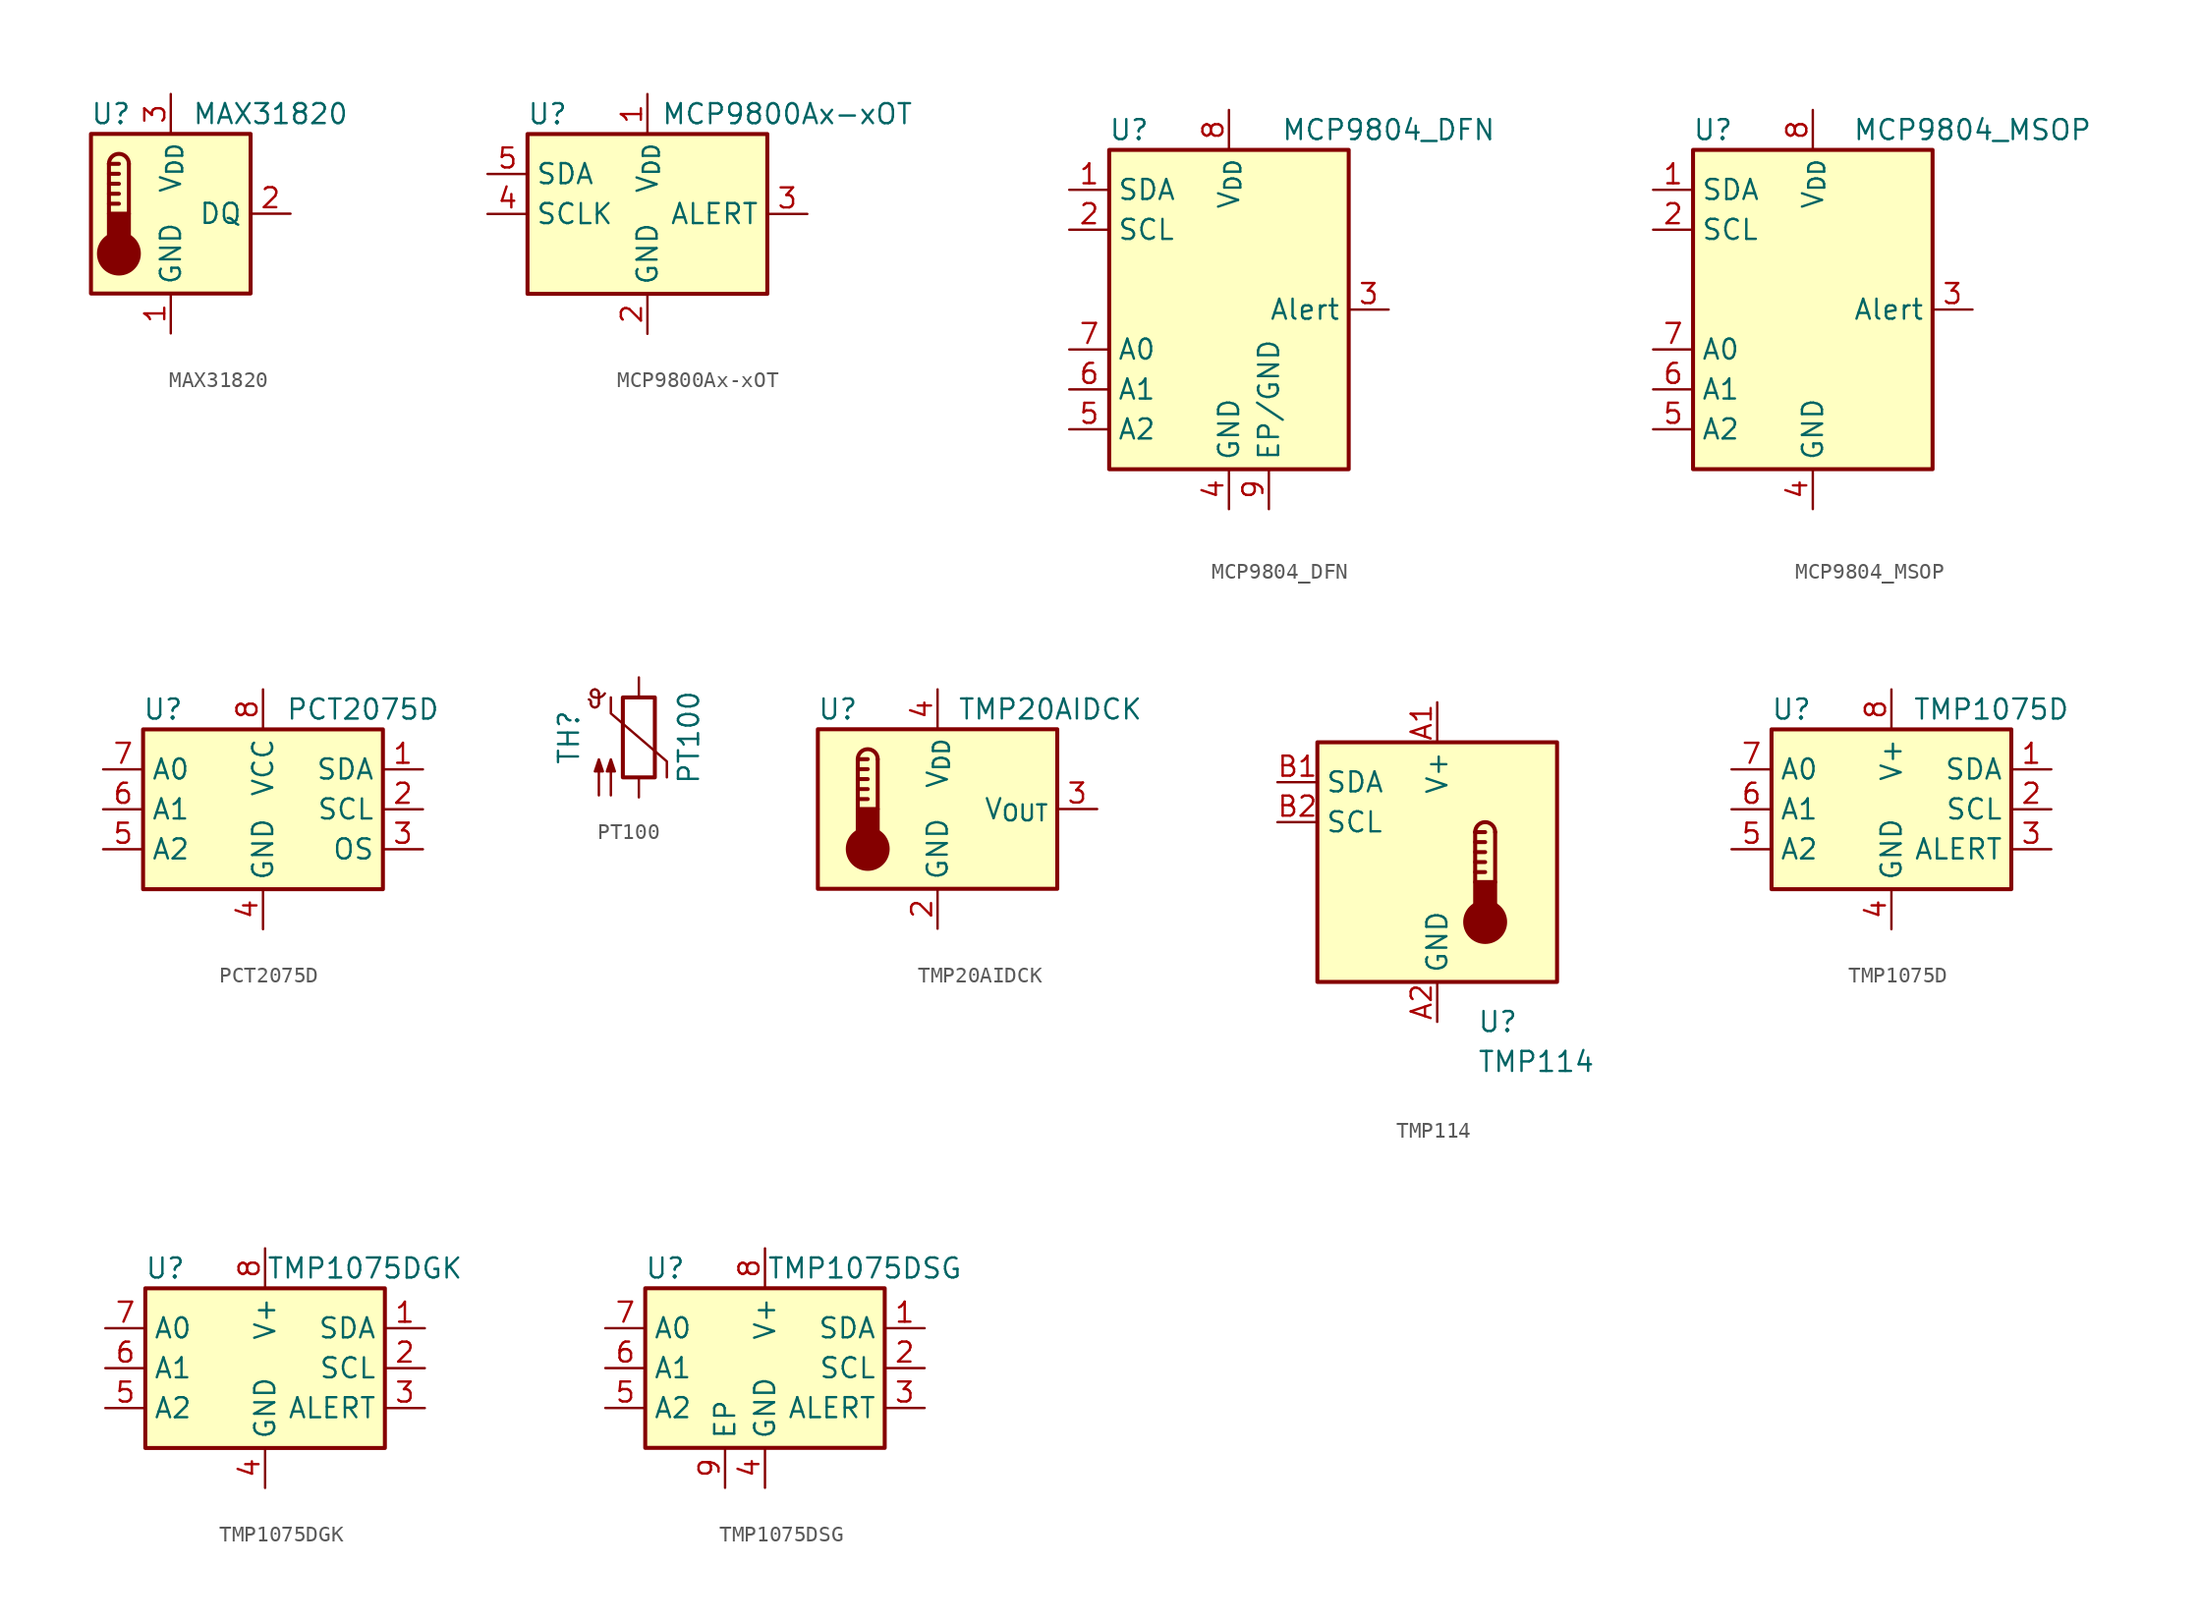
<source format=kicad_sym>
(kicad_symbol_lib
  (version 20241209)
  (generator "kicad_symbol_editor")
  (generator_version "9.0")
  (symbol "MAX31820"
    (property "Reference" "U"
      (at -3.81 6.35 0)
      (effects (font (size 1.27 1.27))))
    (property "Value" "MAX31820"
      (at 6.35 6.35 0)
      (effects (font (size 1.27 1.27))))
    (symbol "MAX31820_0_1"
      (rectangle (start -5.08 5.08) (end 5.08 -5.08) (stroke (width 0.254) (type default)) (fill (type background)))
      (polyline (pts (xy -3.937 3.175) (xy -3.937 0)) (stroke (width 0.254) (type default)) (fill (type none)))
      (polyline (pts (xy -3.937 3.175) (xy -3.302 3.175)) (stroke (width 0.254) (type default)) (fill (type none)))
      (polyline (pts (xy -3.937 2.54) (xy -3.302 2.54)) (stroke (width 0.254) (type default)) (fill (type none)))
      (polyline (pts (xy -3.937 1.905) (xy -3.302 1.905)) (stroke (width 0.254) (type default)) (fill (type none)))
      (polyline (pts (xy -3.937 1.27) (xy -3.302 1.27)) (stroke (width 0.254) (type default)) (fill (type none)))
      (polyline (pts (xy -3.937 0.635) (xy -3.302 0.635)) (stroke (width 0.254) (type default)) (fill (type none)))
      (arc (start -3.937 3.175) (mid -3.302 3.8073) (end -2.667 3.175) (stroke (width 0.254) (type default)) (fill (type none)))
      (circle (center -3.302 -2.54) (radius 1.27) (stroke (width 0.254) (type default)) (fill (type outline)))
      (polyline (pts (xy -2.667 3.175) (xy -2.667 0)) (stroke (width 0.254) (type default)) (fill (type none)))
      (rectangle (start -2.667 -1.905) (end -3.937 0) (stroke (width 0.254) (type default)) (fill (type outline))))
    (symbol "MAX31820_1_1"
      (pin power_in line (at 0 7.62 270) (length 2.54) (name "V_{DD}" (effects (font (size 1.27 1.27)))) (number "3" (effects (font (size 1.27 1.27)))))
      (pin power_in line (at 0 -7.62 90) (length 2.54) (name "GND" (effects (font (size 1.27 1.27)))) (number "1" (effects (font (size 1.27 1.27)))))
      (pin bidirectional line (at 7.62 0 180) (length 2.54) (name "DQ" (effects (font (size 1.27 1.27)))) (number "2" (effects (font (size 1.27 1.27)))))))
  (symbol "MCP9800Ax-xOT"
    (property "Reference" "U"
      (at -6.35 6.35 0)
      (effects (font (size 1.27 1.27))))
    (property "Value" "MCP9800Ax-xOT"
      (at 8.89 6.35 0)
      (effects (font (size 1.27 1.27))))
    (symbol "MCP9800Ax-xOT_0_1"
      (rectangle (start -7.62 5.08) (end 7.62 -5.08) (stroke (width 0.254) (type default)) (fill (type background))))
    (symbol "MCP9800Ax-xOT_1_1"
      (pin bidirectional line (at -10.16 2.54 0) (length 2.54) (name "SDA" (effects (font (size 1.27 1.27)))) (number "5" (effects (font (size 1.27 1.27)))))
      (pin input line (at -10.16 0 0) (length 2.54) (name "SCLK" (effects (font (size 1.27 1.27)))) (number "4" (effects (font (size 1.27 1.27)))))
      (pin power_in line (at 0 7.62 270) (length 2.54) (name "V_{DD}" (effects (font (size 1.27 1.27)))) (number "1" (effects (font (size 1.27 1.27)))))
      (pin power_in line (at 0 -7.62 90) (length 2.54) (name "GND" (effects (font (size 1.27 1.27)))) (number "2" (effects (font (size 1.27 1.27)))))
      (pin output line (at 10.16 0 180) (length 2.54) (name "ALERT" (effects (font (size 1.27 1.27)))) (number "3" (effects (font (size 1.27 1.27)))))))
  (symbol "MCP9804_DFN"
    (property "Reference" "U"
      (at -6.35 11.43 0)
      (effects (font (size 1.27 1.27))))
    (property "Value" "MCP9804_DFN"
      (at 10.16 11.43 0)
      (effects (font (size 1.27 1.27))))
    (symbol "MCP9804_DFN_0_1"
      (rectangle (start -7.62 10.16) (end 7.62 -10.16) (stroke (width 0.254) (type default)) (fill (type background))))
    (symbol "MCP9804_DFN_1_1"
      (pin bidirectional line (at -10.16 7.62 0) (length 2.54) (name "SDA" (effects (font (size 1.27 1.27)))) (number "1" (effects (font (size 1.27 1.27)))))
      (pin input line (at -10.16 5.08 0) (length 2.54) (name "SCL" (effects (font (size 1.27 1.27)))) (number "2" (effects (font (size 1.27 1.27)))))
      (pin input line (at -10.16 -2.54 0) (length 2.54) (name "A0" (effects (font (size 1.27 1.27)))) (number "7" (effects (font (size 1.27 1.27)))))
      (pin input line (at -10.16 -5.08 0) (length 2.54) (name "A1" (effects (font (size 1.27 1.27)))) (number "6" (effects (font (size 1.27 1.27)))))
      (pin input line (at -10.16 -7.62 0) (length 2.54) (name "A2" (effects (font (size 1.27 1.27)))) (number "5" (effects (font (size 1.27 1.27)))))
      (pin power_in line (at 0 12.7 270) (length 2.54) (name "V_{DD}" (effects (font (size 1.27 1.27)))) (number "8" (effects (font (size 1.27 1.27)))))
      (pin power_in line (at 0 -12.7 90) (length 2.54) (name "GND" (effects (font (size 1.27 1.27)))) (number "4" (effects (font (size 1.27 1.27)))))
      (pin power_in line (at 2.54 -12.7 90) (length 2.54) (name "EP/GND" (effects (font (size 1.27 1.27)))) (number "9" (effects (font (size 1.27 1.27)))))
      (pin output line (at 10.16 0 180) (length 2.54) (name "Alert" (effects (font (size 1.27 1.27)))) (number "3" (effects (font (size 1.27 1.27)))))))
  (symbol "MCP9804_MSOP"
    (property "Reference" "U"
      (at -6.35 11.43 0)
      (effects (font (size 1.27 1.27))))
    (property "Value" "MCP9804_MSOP"
      (at 10.16 11.43 0)
      (effects (font (size 1.27 1.27))))
    (symbol "MCP9804_MSOP_0_1"
      (rectangle (start -7.62 10.16) (end 7.62 -10.16) (stroke (width 0.254) (type default)) (fill (type background))))
    (symbol "MCP9804_MSOP_1_1"
      (pin bidirectional line (at -10.16 7.62 0) (length 2.54) (name "SDA" (effects (font (size 1.27 1.27)))) (number "1" (effects (font (size 1.27 1.27)))))
      (pin input line (at -10.16 5.08 0) (length 2.54) (name "SCL" (effects (font (size 1.27 1.27)))) (number "2" (effects (font (size 1.27 1.27)))))
      (pin input line (at -10.16 -2.54 0) (length 2.54) (name "A0" (effects (font (size 1.27 1.27)))) (number "7" (effects (font (size 1.27 1.27)))))
      (pin input line (at -10.16 -5.08 0) (length 2.54) (name "A1" (effects (font (size 1.27 1.27)))) (number "6" (effects (font (size 1.27 1.27)))))
      (pin input line (at -10.16 -7.62 0) (length 2.54) (name "A2" (effects (font (size 1.27 1.27)))) (number "5" (effects (font (size 1.27 1.27)))))
      (pin power_in line (at 0 12.7 270) (length 2.54) (name "V_{DD}" (effects (font (size 1.27 1.27)))) (number "8" (effects (font (size 1.27 1.27)))))
      (pin power_in line (at 0 -12.7 90) (length 2.54) (name "GND" (effects (font (size 1.27 1.27)))) (number "4" (effects (font (size 1.27 1.27)))))
      (pin output line (at 10.16 0 180) (length 2.54) (name "Alert" (effects (font (size 1.27 1.27)))) (number "3" (effects (font (size 1.27 1.27)))))))
  (symbol "PCT2075D"
    (property "Reference" "U"
      (at -6.35 6.35 0)
      (effects (font (size 1.27 1.27))))
    (property "Value" "PCT2075D"
      (at 6.35 6.35 0)
      (effects (font (size 1.27 1.27))))
    (symbol "PCT2075D_0_1"
      (rectangle (start -7.62 5.08) (end 7.62 -5.08) (stroke (width 0.254) (type default)) (fill (type background))))
    (symbol "PCT2075D_1_1"
      (pin input line (at -10.16 2.54 0) (length 2.54) (name "A0" (effects (font (size 1.27 1.27)))) (number "7" (effects (font (size 1.27 1.27)))))
      (pin input line (at -10.16 0 0) (length 2.54) (name "A1" (effects (font (size 1.27 1.27)))) (number "6" (effects (font (size 1.27 1.27)))))
      (pin input line (at -10.16 -2.54 0) (length 2.54) (name "A2" (effects (font (size 1.27 1.27)))) (number "5" (effects (font (size 1.27 1.27)))))
      (pin power_in line (at 0 7.62 270) (length 2.54) (name "VCC" (effects (font (size 1.27 1.27)))) (number "8" (effects (font (size 1.27 1.27)))))
      (pin power_in line (at 0 -7.62 90) (length 2.54) (name "GND" (effects (font (size 1.27 1.27)))) (number "4" (effects (font (size 1.27 1.27)))))
      (pin bidirectional line (at 10.16 2.54 180) (length 2.54) (name "SDA" (effects (font (size 1.27 1.27)))) (number "1" (effects (font (size 1.27 1.27)))))
      (pin input line (at 10.16 0 180) (length 2.54) (name "SCL" (effects (font (size 1.27 1.27)))) (number "2" (effects (font (size 1.27 1.27)))))
      (pin open_collector line (at 10.16 -2.54 180) (length 2.54) (name "OS" (effects (font (size 1.27 1.27)))) (number "3" (effects (font (size 1.27 1.27)))))))
  (symbol "PT100"
    (pin_numbers
      (hide yes))
    (pin_names
      (offset 0))
    (property "Reference" "TH"
      (at -4.445 0 90)
      (effects (font (size 1.27 1.27))))
    (property "Value" "PT100"
      (at 3.175 0 90)
      (effects (font (size 1.27 1.27))))
    (symbol "PT100_0_1"
      (arc (start -3.175 2.413) (mid -3.0506 2.3165) (end -3.048 2.159) (stroke (width 0) (type default)) (fill (type none)))
      (arc (start -3.048 2.794) (mid -2.9736 2.9736) (end -2.794 3.048) (stroke (width 0) (type default)) (fill (type none)))
      (arc (start -2.794 3.048) (mid -2.6144 2.9736) (end -2.54 2.794) (stroke (width 0) (type default)) (fill (type none)))
      (arc (start -2.794 2.54) (mid -2.9736 2.6144) (end -3.048 2.794) (stroke (width 0) (type default)) (fill (type none)))
      (arc (start -2.794 1.905) (mid -2.9736 1.9794) (end -3.048 2.159) (stroke (width 0) (type default)) (fill (type none)))
      (arc (start -2.54 2.159) (mid -2.6144 1.9794) (end -2.794 1.905) (stroke (width 0) (type default)) (fill (type none)))
      (arc (start -2.159 2.794) (mid -2.434 2.5608) (end -2.794 2.54) (stroke (width 0) (type default)) (fill (type none)))
      (polyline (pts (xy -2.54 2.159) (xy -2.54 2.794)) (stroke (width 0) (type default)) (fill (type none)))
      (polyline (pts (xy -2.54 -3.683) (xy -2.54 -1.397) (xy -2.794 -2.159) (xy -2.286 -2.159) (xy -2.54 -1.397) (xy -2.54 -1.651)) (stroke (width 0) (type default)) (fill (type outline)))
      (polyline (pts (xy -1.778 2.54) (xy -1.778 1.524) (xy 1.778 -1.524) (xy 1.778 -2.54)) (stroke (width 0) (type default)) (fill (type none)))
      (polyline (pts (xy -1.778 -3.683) (xy -1.778 -1.397) (xy -2.032 -2.159) (xy -1.524 -2.159) (xy -1.778 -1.397) (xy -1.778 -1.651)) (stroke (width 0) (type default)) (fill (type outline)))
      (rectangle (start -1.016 2.54) (end 1.016 -2.54) (stroke (width 0.254) (type default)) (fill (type none))))
    (symbol "PT100_1_1"
      (pin passive line (at 0 3.81 270) (length 1.27) (name "~" (effects (font (size 1.27 1.27)))) (number "1" (effects (font (size 1.27 1.27)))))
      (pin passive line (at 0 -3.81 90) (length 1.27) (name "~" (effects (font (size 1.27 1.27)))) (number "2" (effects (font (size 1.27 1.27)))))))
  (symbol "TMP20AIDCK"
    (property "Reference" "U"
      (at -6.35 6.35 0)
      (effects (font (size 1.27 1.27))))
    (property "Value" "TMP20AIDCK"
      (at 1.27 6.35 0)
      (effects (font (size 1.27 1.27)) (justify left)))
    (symbol "TMP20AIDCK_0_1"
      (rectangle (start -7.62 5.08) (end 7.62 -5.08) (stroke (width 0.254) (type default)) (fill (type background)))
      (polyline (pts (xy -5.08 3.175) (xy -5.08 0)) (stroke (width 0.254) (type default)) (fill (type none)))
      (polyline (pts (xy -5.08 3.175) (xy -4.445 3.175)) (stroke (width 0.254) (type default)) (fill (type none)))
      (polyline (pts (xy -5.08 2.54) (xy -4.445 2.54)) (stroke (width 0.254) (type default)) (fill (type none)))
      (polyline (pts (xy -5.08 1.905) (xy -4.445 1.905)) (stroke (width 0.254) (type default)) (fill (type none)))
      (polyline (pts (xy -5.08 1.27) (xy -4.445 1.27)) (stroke (width 0.254) (type default)) (fill (type none)))
      (polyline (pts (xy -5.08 0.635) (xy -4.445 0.635)) (stroke (width 0.254) (type default)) (fill (type none)))
      (arc (start -5.08 3.175) (mid -4.445 3.8073) (end -3.81 3.175) (stroke (width 0.254) (type default)) (fill (type none)))
      (circle (center -4.445 -2.54) (radius 1.27) (stroke (width 0.254) (type default)) (fill (type outline)))
      (polyline (pts (xy -3.81 3.175) (xy -3.81 0)) (stroke (width 0.254) (type default)) (fill (type none)))
      (rectangle (start -3.81 -1.905) (end -5.08 0) (stroke (width 0.254) (type default)) (fill (type outline))))
    (symbol "TMP20AIDCK_1_1"
      (pin power_in line (at 0 7.62 270) (length 2.54) (name "V_{DD}" (effects (font (size 1.27 1.27)))) (number "4" (effects (font (size 1.27 1.27)))))
      (pin power_in line (at 0 -7.62 90) (length 2.54) (name "GND" (effects (font (size 1.27 1.27)))) (number "2" (effects (font (size 1.27 1.27)))))
      (pin passive line (at 0 -7.62 90) (length 2.54) (hide yes) (name "GND" (effects (font (size 1.27 1.27)))) (number "5" (effects (font (size 1.27 1.27)))))
      (pin output line (at 10.16 0 180) (length 2.54) (name "V_{OUT}" (effects (font (size 1.27 1.27)))) (number "3" (effects (font (size 1.27 1.27)))))
      (pin no_connect line (at 10.16 -2.54 180) (length 2.54) (hide yes) (name "NC" (effects (font (size 1.27 1.27)))) (number "1" (effects (font (size 1.27 1.27)))))))
  (symbol "TMP114"
    (property "Reference" "U"
      (at 2.54 -10.16 0)
      (effects (font (size 1.27 1.27)) (justify left)))
    (property "Value" "TMP114"
      (at 2.54 -12.7 0)
      (effects (font (size 1.27 1.27)) (justify left)))
    (symbol "TMP114_0_1"
      (rectangle (start -7.62 7.62) (end 7.62 -7.62) (stroke (width 0.254) (type default)) (fill (type background))))
    (symbol "TMP114_1_1"
      (polyline (pts (xy 2.413 1.905) (xy 2.413 -1.27)) (stroke (width 0.254) (type default)) (fill (type none)))
      (polyline (pts (xy 2.413 1.905) (xy 3.048 1.905)) (stroke (width 0.254) (type default)) (fill (type none)))
      (polyline (pts (xy 2.413 1.27) (xy 3.048 1.27)) (stroke (width 0.254) (type default)) (fill (type none)))
      (polyline (pts (xy 2.413 0.635) (xy 3.048 0.635)) (stroke (width 0.254) (type default)) (fill (type none)))
      (polyline (pts (xy 2.413 0) (xy 3.048 0)) (stroke (width 0.254) (type default)) (fill (type none)))
      (polyline (pts (xy 2.413 -0.635) (xy 3.048 -0.635)) (stroke (width 0.254) (type default)) (fill (type none)))
      (arc (start 2.413 1.905) (mid 3.048 2.5373) (end 3.683 1.905) (stroke (width 0.254) (type default)) (fill (type none)))
      (circle (center 3.048 -3.81) (radius 1.27) (stroke (width 0.254) (type default)) (fill (type outline)))
      (polyline (pts (xy 3.683 1.905) (xy 3.683 -1.27)) (stroke (width 0.254) (type default)) (fill (type none)))
      (rectangle (start 3.683 -3.175) (end 2.413 -1.27) (stroke (width 0.254) (type default)) (fill (type outline)))
      (pin bidirectional line (at -10.16 5.08 0) (length 2.54) (name "SDA" (effects (font (size 1.27 1.27)))) (number "B1" (effects (font (size 1.27 1.27)))))
      (pin input line (at -10.16 2.54 0) (length 2.54) (name "SCL" (effects (font (size 1.27 1.27)))) (number "B2" (effects (font (size 1.27 1.27)))))
      (pin power_in line (at 0 10.16 270) (length 2.54) (name "V+" (effects (font (size 1.27 1.27)))) (number "A1" (effects (font (size 1.27 1.27)))))
      (pin power_in line (at 0 -10.16 90) (length 2.54) (name "GND" (effects (font (size 1.27 1.27)))) (number "A2" (effects (font (size 1.27 1.27)))))))
  (symbol "TMP1075D"
    (property "Reference" "U"
      (at -6.35 6.35 0)
      (effects (font (size 1.27 1.27))))
    (property "Value" "TMP1075D"
      (at 6.35 6.35 0)
      (effects (font (size 1.27 1.27))))
    (symbol "TMP1075D_0_1"
      (rectangle (start -7.62 5.08) (end 7.62 -5.08) (stroke (width 0.254) (type default)) (fill (type background))))
    (symbol "TMP1075D_1_1"
      (pin input line (at -10.16 2.54 0) (length 2.54) (name "A0" (effects (font (size 1.27 1.27)))) (number "7" (effects (font (size 1.27 1.27)))))
      (pin input line (at -10.16 0 0) (length 2.54) (name "A1" (effects (font (size 1.27 1.27)))) (number "6" (effects (font (size 1.27 1.27)))))
      (pin input line (at -10.16 -2.54 0) (length 2.54) (name "A2" (effects (font (size 1.27 1.27)))) (number "5" (effects (font (size 1.27 1.27)))))
      (pin power_in line (at 0 7.62 270) (length 2.54) (name "V+" (effects (font (size 1.27 1.27)))) (number "8" (effects (font (size 1.27 1.27)))))
      (pin power_in line (at 0 -7.62 90) (length 2.54) (name "GND" (effects (font (size 1.27 1.27)))) (number "4" (effects (font (size 1.27 1.27)))))
      (pin bidirectional line (at 10.16 2.54 180) (length 2.54) (name "SDA" (effects (font (size 1.27 1.27)))) (number "1" (effects (font (size 1.27 1.27)))))
      (pin input line (at 10.16 0 180) (length 2.54) (name "SCL" (effects (font (size 1.27 1.27)))) (number "2" (effects (font (size 1.27 1.27)))))
      (pin open_collector line (at 10.16 -2.54 180) (length 2.54) (name "ALERT" (effects (font (size 1.27 1.27)))) (number "3" (effects (font (size 1.27 1.27)))))))
  (symbol "TMP1075DGK"
    (property "Reference" "U"
      (at -6.35 6.35 0)
      (effects (font (size 1.27 1.27))))
    (property "Value" "TMP1075DGK"
      (at 6.35 6.35 0)
      (effects (font (size 1.27 1.27))))
    (symbol "TMP1075DGK_0_1"
      (rectangle (start -7.62 5.08) (end 7.62 -5.08) (stroke (width 0.254) (type default)) (fill (type background))))
    (symbol "TMP1075DGK_1_1"
      (pin input line (at -10.16 2.54 0) (length 2.54) (name "A0" (effects (font (size 1.27 1.27)))) (number "7" (effects (font (size 1.27 1.27)))))
      (pin input line (at -10.16 0 0) (length 2.54) (name "A1" (effects (font (size 1.27 1.27)))) (number "6" (effects (font (size 1.27 1.27)))))
      (pin input line (at -10.16 -2.54 0) (length 2.54) (name "A2" (effects (font (size 1.27 1.27)))) (number "5" (effects (font (size 1.27 1.27)))))
      (pin power_in line (at 0 7.62 270) (length 2.54) (name "V+" (effects (font (size 1.27 1.27)))) (number "8" (effects (font (size 1.27 1.27)))))
      (pin power_in line (at 0 -7.62 90) (length 2.54) (name "GND" (effects (font (size 1.27 1.27)))) (number "4" (effects (font (size 1.27 1.27)))))
      (pin bidirectional line (at 10.16 2.54 180) (length 2.54) (name "SDA" (effects (font (size 1.27 1.27)))) (number "1" (effects (font (size 1.27 1.27)))))
      (pin input line (at 10.16 0 180) (length 2.54) (name "SCL" (effects (font (size 1.27 1.27)))) (number "2" (effects (font (size 1.27 1.27)))))
      (pin open_collector line (at 10.16 -2.54 180) (length 2.54) (name "ALERT" (effects (font (size 1.27 1.27)))) (number "3" (effects (font (size 1.27 1.27)))))))
  (symbol "TMP1075DSG"
    (property "Reference" "U"
      (at -6.35 6.35 0)
      (effects (font (size 1.27 1.27))))
    (property "Value" "TMP1075DSG"
      (at 6.35 6.35 0)
      (effects (font (size 1.27 1.27))))
    (symbol "TMP1075DSG_0_1"
      (rectangle (start -7.62 5.08) (end 7.62 -5.08) (stroke (width 0.254) (type default)) (fill (type background))))
    (symbol "TMP1075DSG_1_1"
      (pin input line (at -10.16 2.54 0) (length 2.54) (name "A0" (effects (font (size 1.27 1.27)))) (number "7" (effects (font (size 1.27 1.27)))))
      (pin input line (at -10.16 0 0) (length 2.54) (name "A1" (effects (font (size 1.27 1.27)))) (number "6" (effects (font (size 1.27 1.27)))))
      (pin input line (at -10.16 -2.54 0) (length 2.54) (name "A2" (effects (font (size 1.27 1.27)))) (number "5" (effects (font (size 1.27 1.27)))))
      (pin passive line (at -2.54 -7.62 90) (length 2.54) (name "EP" (effects (font (size 1.27 1.27)))) (number "9" (effects (font (size 1.27 1.27)))))
      (pin power_in line (at 0 7.62 270) (length 2.54) (name "V+" (effects (font (size 1.27 1.27)))) (number "8" (effects (font (size 1.27 1.27)))))
      (pin power_in line (at 0 -7.62 90) (length 2.54) (name "GND" (effects (font (size 1.27 1.27)))) (number "4" (effects (font (size 1.27 1.27)))))
      (pin bidirectional line (at 10.16 2.54 180) (length 2.54) (name "SDA" (effects (font (size 1.27 1.27)))) (number "1" (effects (font (size 1.27 1.27)))))
      (pin input line (at 10.16 0 180) (length 2.54) (name "SCL" (effects (font (size 1.27 1.27)))) (number "2" (effects (font (size 1.27 1.27)))))
      (pin open_collector line (at 10.16 -2.54 180) (length 2.54) (name "ALERT" (effects (font (size 1.27 1.27)))) (number "3" (effects (font (size 1.27 1.27))))))))
</source>
